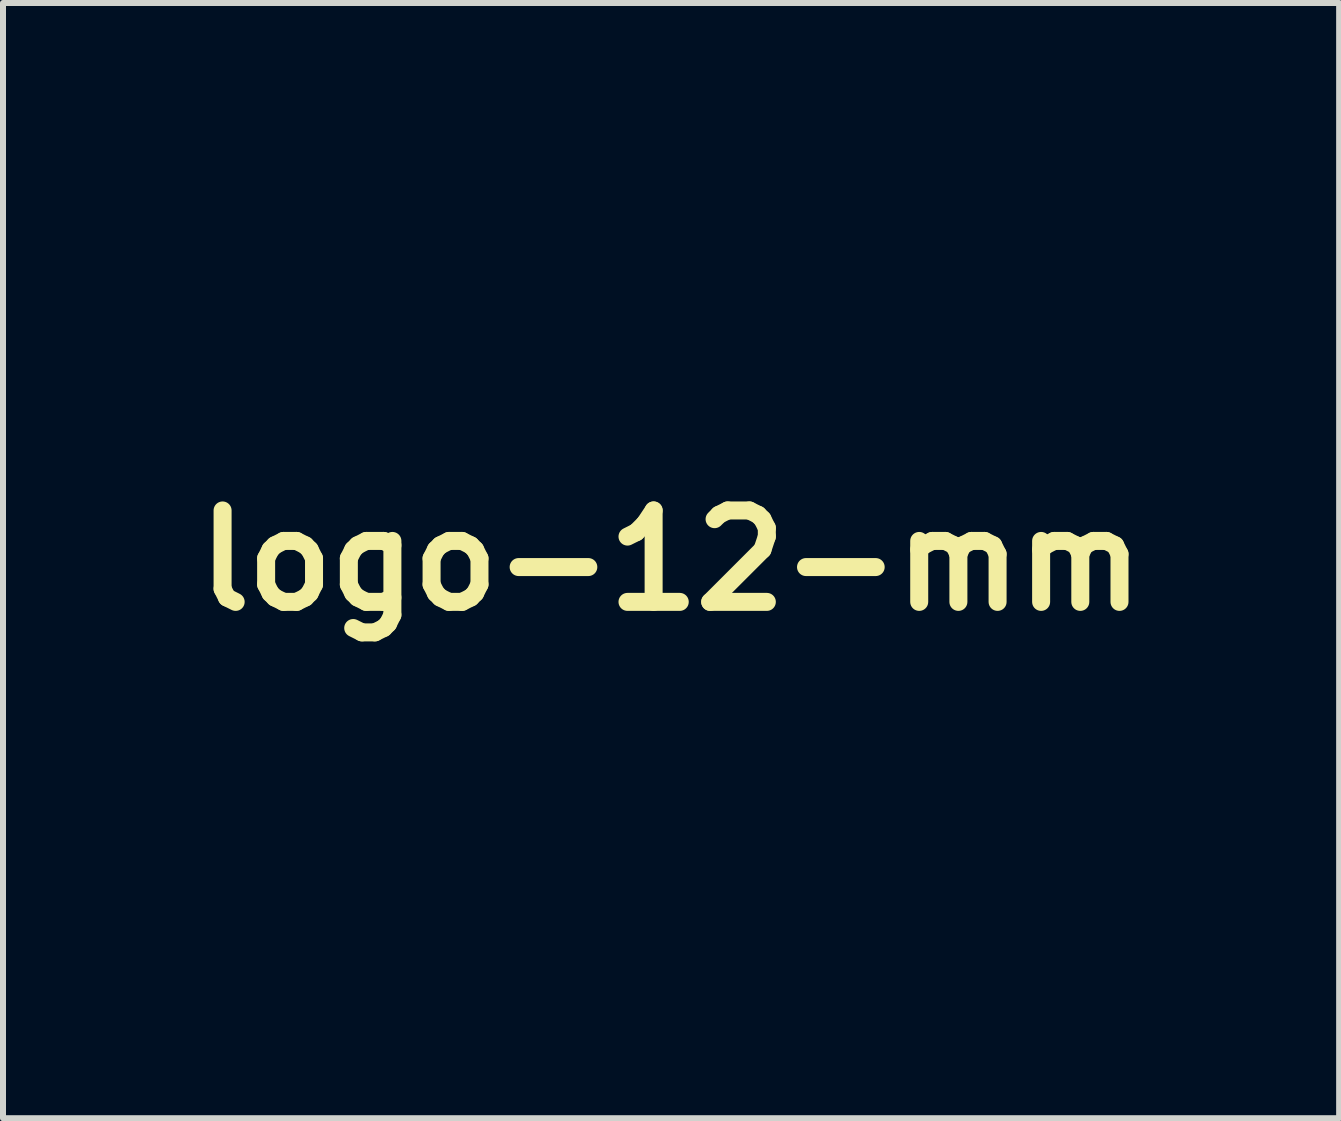
<source format=kicad_pcb>
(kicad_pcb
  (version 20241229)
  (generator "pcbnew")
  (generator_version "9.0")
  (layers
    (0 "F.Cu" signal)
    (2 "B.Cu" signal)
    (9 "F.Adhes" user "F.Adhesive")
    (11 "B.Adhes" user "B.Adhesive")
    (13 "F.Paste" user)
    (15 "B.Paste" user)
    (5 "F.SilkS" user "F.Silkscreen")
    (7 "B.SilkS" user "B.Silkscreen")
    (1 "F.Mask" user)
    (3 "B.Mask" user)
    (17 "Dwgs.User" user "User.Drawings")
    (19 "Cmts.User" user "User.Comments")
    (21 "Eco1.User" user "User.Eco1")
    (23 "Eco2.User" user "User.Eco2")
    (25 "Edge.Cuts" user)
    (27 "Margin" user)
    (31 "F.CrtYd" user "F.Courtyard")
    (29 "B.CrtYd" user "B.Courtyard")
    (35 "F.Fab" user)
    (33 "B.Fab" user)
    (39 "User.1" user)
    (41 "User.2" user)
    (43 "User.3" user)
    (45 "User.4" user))
  (footprint "logo-12-mm"
    (layer "F.Cu")
    (at 8.135 6.293)
    (property "Reference" "logo-12-mm" (at 0 0 0) (layer "F.SilkS") (effects (font (size 1.524 1.524) (thickness 0.3))))
    (attr through_hole)
    (fp_poly (pts (xy -0.329 6.29) (xy -1.031 6.29) (xy -1.031 4.124) (xy -0.329 4.124) (xy -0.329 6.29)) (stroke (width 0.01) (type solid)) (fill no) (layer "Eco2.User"))
    (fp_poly (pts (xy 0.807 6.29) (xy 0.239 6.29) (xy 0.239 4.124) (xy 0.807 4.124) (xy 0.807 6.29)) (stroke (width 0.01) (type solid)) (fill no) (layer "Eco2.User"))
    (fp_poly (pts (xy 1.36 6.29) (xy 1.076 6.29) (xy 1.076 4.124) (xy 1.36 4.124) (xy 1.36 6.29)) (stroke (width 0.01) (type solid)) (fill no) (layer "Eco2.User"))
    (fp_poly (pts (xy -0.771 -6.287) (xy -0.769 -6.272) (xy -0.764 -6.229) (xy -0.756 -6.158) (xy -0.745 -6.06) (xy -0.732 -5.938) (xy -0.715 -5.791) (xy -0.697 -5.622) (xy -0.676 -5.431) (xy -0.652 -5.219) (xy -0.627 -4.988) (xy -0.6 -4.738) (xy -0.571 -4.471) (xy -0.54 -4.188) (xy -0.507 -3.89) (xy -0.473 -3.579) (xy -0.437 -3.254) (xy -0.401 -2.919) (xy -0.363 -2.572) (xy -0.324 -2.217) (xy -0.284 -1.853) (xy -0.27 -1.718) (xy -0.23 -1.351) (xy -0.191 -0.992) (xy -0.152 -0.641) (xy -0.115 -0.3) (xy -0.079 0.03) (xy -0.044 0.348) (xy -0.011 0.653) (xy 0.021 0.944) (xy 0.051 1.219) (xy 0.079 1.477) (xy 0.106 1.718) (xy 0.13 1.939) (xy 0.152 2.141) (xy 0.172 2.321) (xy 0.189 2.479) (xy 0.204 2.613) (xy 0.216 2.723) (xy 0.225 2.806) (xy 0.232 2.863) (xy 0.235 2.892) (xy 0.235 2.895) (xy 0.243 2.943) (xy -0.397 2.943) (xy -1.25 -1.251) (xy -2.103 -5.446) (xy -2.019 -5.533) (xy -1.894 -5.652) (xy -1.747 -5.773) (xy -1.587 -5.89) (xy -1.42 -5.999) (xy -1.255 -6.092) (xy -1.203 -6.119) (xy -1.139 -6.149) (xy -1.068 -6.18) (xy -0.994 -6.211) (xy -0.923 -6.239) (xy -0.86 -6.263) (xy -0.81 -6.28) (xy -0.779 -6.288) (xy -0.771 -6.287)) (stroke (width 0.01) (type solid)) (fill no) (layer "Eco2.User"))
    (fp_poly (pts (xy -2.704 -4.556) (xy -2.699 -4.535) (xy -2.686 -4.488) (xy -2.666 -4.414) (xy -2.639 -4.315) (xy -2.606 -4.191) (xy -2.567 -4.046) (xy -2.522 -3.878) (xy -2.471 -3.691) (xy -2.416 -3.485) (xy -2.355 -3.261) (xy -2.29 -3.02) (xy -2.221 -2.765) (xy -2.149 -2.495) (xy -2.073 -2.213) (xy -1.993 -1.919) (xy -1.911 -1.615) (xy -1.827 -1.301) (xy -1.74 -0.98) (xy -1.696 -0.814) (xy -1.608 -0.49) (xy -1.523 -0.173) (xy -1.44 0.135) (xy -1.359 0.433) (xy -1.282 0.721) (xy -1.208 0.996) (xy -1.137 1.258) (xy -1.07 1.505) (xy -1.008 1.736) (xy -0.951 1.95) (xy -0.898 2.145) (xy -0.851 2.321) (xy -0.809 2.477) (xy -0.773 2.61) (xy -0.743 2.719) (xy -0.72 2.805) (xy -0.705 2.864) (xy -0.696 2.896) (xy -0.694 2.902) (xy -0.684 2.943) (xy -1.011 2.943) (xy -1.337 2.942) (xy -1.453 2.87) (xy -1.612 2.762) (xy -1.777 2.634) (xy -1.943 2.491) (xy -2.103 2.339) (xy -2.25 2.184) (xy -2.366 2.047) (xy -2.582 1.751) (xy -2.777 1.437) (xy -2.949 1.105) (xy -3.1 0.758) (xy -3.228 0.399) (xy -3.333 0.028) (xy -3.416 -0.352) (xy -3.476 -0.738) (xy -3.513 -1.13) (xy -3.527 -1.526) (xy -3.517 -1.922) (xy -3.483 -2.318) (xy -3.425 -2.711) (xy -3.342 -3.1) (xy -3.236 -3.482) (xy -3.104 -3.856) (xy -3.044 -4.004) (xy -3.002 -4.1) (xy -2.954 -4.202) (xy -2.904 -4.304) (xy -2.856 -4.398) (xy -2.812 -4.48) (xy -2.775 -4.542) (xy -2.766 -4.556) (xy -2.722 -4.621) (xy -2.704 -4.556)) (stroke (width 0.01) (type solid)) (fill no) (layer "Eco2.User"))
    (fp_poly (pts (xy 3.221 -3.528) (xy 3.235 -3.491) (xy 3.253 -3.437) (xy 3.27 -3.38) (xy 3.331 -3.155) (xy 3.382 -2.938) (xy 3.425 -2.721) (xy 3.462 -2.494) (xy 3.493 -2.249) (xy 3.499 -2.196) (xy 3.507 -2.106) (xy 3.512 -1.992) (xy 3.516 -1.86) (xy 3.518 -1.715) (xy 3.519 -1.562) (xy 3.517 -1.408) (xy 3.514 -1.258) (xy 3.51 -1.119) (xy 3.503 -0.994) (xy 3.496 -0.891) (xy 3.491 -0.852) (xy 3.428 -0.425) (xy 3.342 -0.016) (xy 3.235 0.374) (xy 3.107 0.745) (xy 2.957 1.096) (xy 2.785 1.427) (xy 2.593 1.737) (xy 2.38 2.027) (xy 2.147 2.295) (xy 2.115 2.328) (xy 2.057 2.386) (xy 1.995 2.446) (xy 1.932 2.504) (xy 1.874 2.557) (xy 1.823 2.6) (xy 1.784 2.631) (xy 1.762 2.644) (xy 1.76 2.645) (xy 1.762 2.631) (xy 1.77 2.591) (xy 1.783 2.529) (xy 1.801 2.448) (xy 1.823 2.351) (xy 1.848 2.242) (xy 1.868 2.155) (xy 1.884 2.088) (xy 1.906 1.993) (xy 1.934 1.873) (xy 1.968 1.73) (xy 2.006 1.565) (xy 2.05 1.38) (xy 2.097 1.176) (xy 2.149 0.957) (xy 2.204 0.723) (xy 2.261 0.477) (xy 2.321 0.22) (xy 2.384 -0.045) (xy 2.448 -0.318) (xy 2.513 -0.596) (xy 2.579 -0.877) (xy 2.593 -0.938) (xy 2.657 -1.21) (xy 2.719 -1.475) (xy 2.779 -1.731) (xy 2.837 -1.976) (xy 2.892 -2.208) (xy 2.944 -2.427) (xy 2.992 -2.631) (xy 3.037 -2.817) (xy 3.077 -2.986) (xy 3.113 -3.135) (xy 3.144 -3.264) (xy 3.169 -3.369) (xy 3.189 -3.451) (xy 3.204 -3.507) (xy 3.212 -3.537) (xy 3.213 -3.541) (xy 3.221 -3.528)) (stroke (width 0.01) (type solid)) (fill no) (layer "Eco2.User"))
    (fp_poly (pts (xy 0.863 -6.258) (xy 0.902 -6.247) (xy 0.957 -6.227) (xy 1.024 -6.2) (xy 1.096 -6.169) (xy 1.17 -6.135) (xy 1.216 -6.113) (xy 1.403 -6.01) (xy 1.58 -5.897) (xy 1.756 -5.766) (xy 1.786 -5.742) (xy 1.914 -5.631) (xy 2.049 -5.502) (xy 2.185 -5.361) (xy 2.315 -5.214) (xy 2.433 -5.07) (xy 2.533 -4.935) (xy 2.535 -4.931) (xy 2.581 -4.863) (xy 2.008 -1.345) (xy 1.955 -1.019) (xy 1.903 -0.699) (xy 1.852 -0.384) (xy 1.802 -0.078) (xy 1.754 0.219) (xy 1.707 0.506) (xy 1.662 0.78) (xy 1.62 1.04) (xy 1.58 1.286) (xy 1.543 1.514) (xy 1.509 1.725) (xy 1.478 1.916) (xy 1.45 2.086) (xy 1.426 2.233) (xy 1.406 2.356) (xy 1.39 2.454) (xy 1.379 2.525) (xy 1.373 2.559) (xy 1.311 2.943) (xy 0.703 2.943) (xy 0.71 2.76) (xy 0.711 2.73) (xy 0.712 2.672) (xy 0.714 2.586) (xy 0.716 2.474) (xy 0.718 2.337) (xy 0.721 2.176) (xy 0.723 1.992) (xy 0.727 1.788) (xy 0.73 1.563) (xy 0.734 1.319) (xy 0.738 1.058) (xy 0.742 0.781) (xy 0.746 0.488) (xy 0.751 0.181) (xy 0.755 -0.138) (xy 0.76 -0.468) (xy 0.765 -0.809) (xy 0.77 -1.159) (xy 0.775 -1.517) (xy 0.78 -1.838) (xy 0.785 -2.199) (xy 0.79 -2.553) (xy 0.795 -2.897) (xy 0.799 -3.232) (xy 0.804 -3.555) (xy 0.808 -3.866) (xy 0.813 -4.163) (xy 0.817 -4.445) (xy 0.821 -4.712) (xy 0.825 -4.961) (xy 0.828 -5.192) (xy 0.831 -5.404) (xy 0.834 -5.595) (xy 0.837 -5.764) (xy 0.839 -5.911) (xy 0.841 -6.033) (xy 0.843 -6.13) (xy 0.844 -6.201) (xy 0.845 -6.244) (xy 0.846 -6.258) (xy 0.863 -6.258)) (stroke (width 0.01) (type solid)) (fill no) (layer "Eco2.User")))
  (gr_rect
    (start -3 -3)
    (end 19.271 15.588)
    (stroke (width 0.1) (type default))
    (fill no)
    (layer "Edge.Cuts")))
</source>
